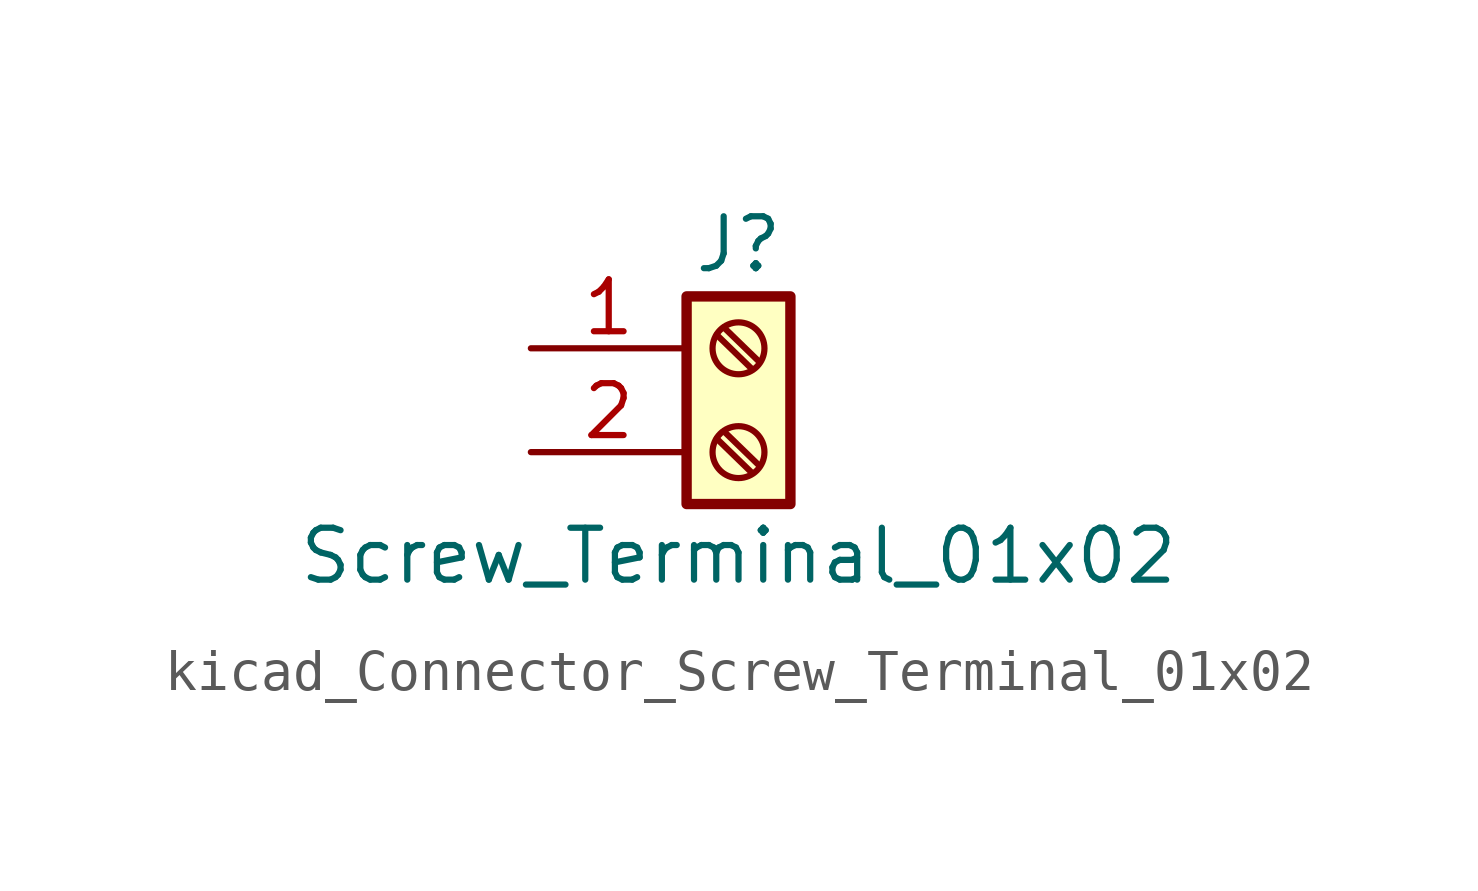
<source format=kicad_sym>
(kicad_symbol_lib
  (version 20220914)
  (generator kicad_symbol_editor)
  (symbol "kicad_Connector_Screw_Terminal_01x02"
    (pin_names
      (offset 1.016) hide)
    (property "Reference" "J"
      (at 0 2.54 0)
      (effects (font (size 1.27 1.27))))
    (property "Value" "Screw_Terminal_01x02"
      (at 0 -5.08 0)
      (effects (font (size 1.27 1.27))))
    (symbol "kicad_Connector_Screw_Terminal_01x02_1_1"
      (rectangle (start -1.27 1.27) (end 1.27 -3.81) (stroke (width 0.254) (type default)) (fill (type background)))
      (circle (center 0 -2.54) (radius 0.635) (stroke (width 0.152) (type default)) (fill (type none)))
      (polyline (pts (xy -0.533 -2.21) (xy 0.33 -3.048)) (stroke (width 0.152) (type default)) (fill (type none)))
      (polyline (pts (xy -0.533 0.33) (xy 0.33 -0.508)) (stroke (width 0.152) (type default)) (fill (type none)))
      (polyline (pts (xy -0.356 -2.032) (xy 0.508 -2.87)) (stroke (width 0.152) (type default)) (fill (type none)))
      (polyline (pts (xy -0.356 0.508) (xy 0.508 -0.33)) (stroke (width 0.152) (type default)) (fill (type none)))
      (circle (center 0 0) (radius 0.635) (stroke (width 0.152) (type default)) (fill (type none)))
      (pin passive line (at -5.08 0 0) (length 3.81) (name "Pin_1" (effects (font (size 1.27 1.27)))) (number "1" (effects (font (size 1.27 1.27)))))
      (pin passive line (at -5.08 -2.54 0) (length 3.81) (name "Pin_2" (effects (font (size 1.27 1.27)))) (number "2" (effects (font (size 1.27 1.27))))))))
</source>
